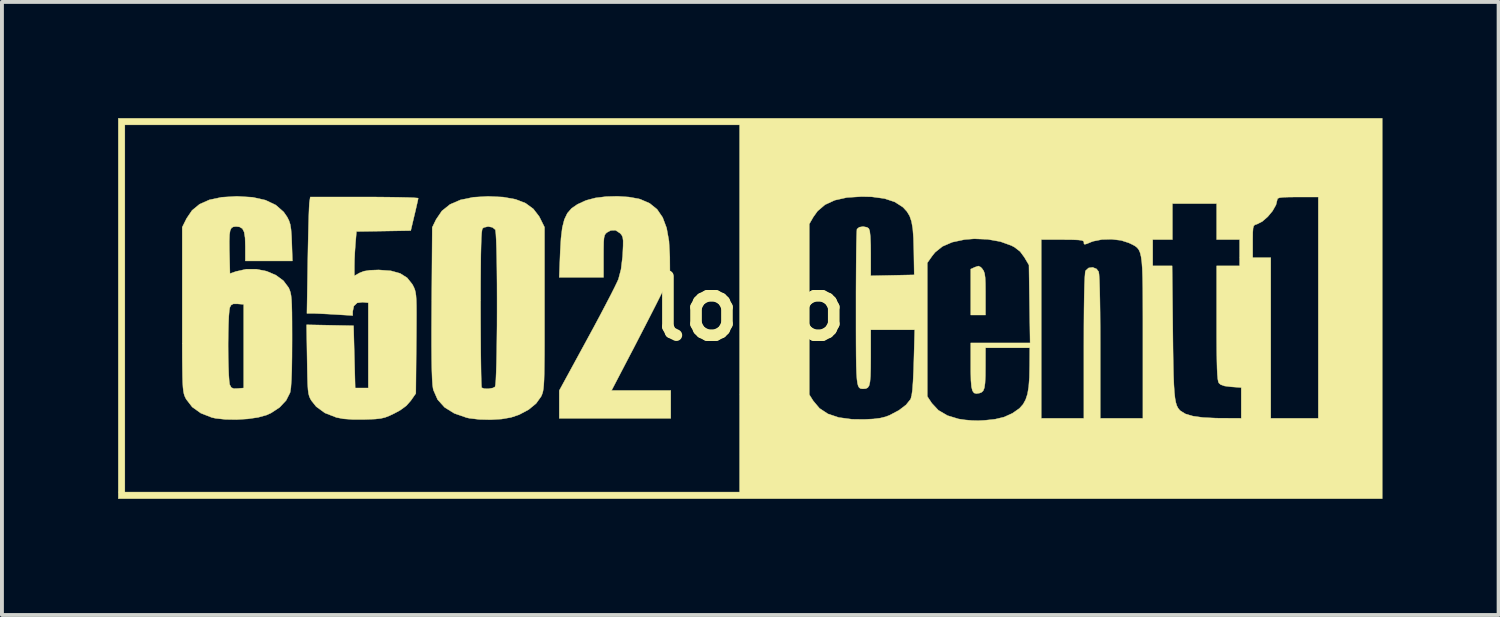
<source format=kicad_pcb>
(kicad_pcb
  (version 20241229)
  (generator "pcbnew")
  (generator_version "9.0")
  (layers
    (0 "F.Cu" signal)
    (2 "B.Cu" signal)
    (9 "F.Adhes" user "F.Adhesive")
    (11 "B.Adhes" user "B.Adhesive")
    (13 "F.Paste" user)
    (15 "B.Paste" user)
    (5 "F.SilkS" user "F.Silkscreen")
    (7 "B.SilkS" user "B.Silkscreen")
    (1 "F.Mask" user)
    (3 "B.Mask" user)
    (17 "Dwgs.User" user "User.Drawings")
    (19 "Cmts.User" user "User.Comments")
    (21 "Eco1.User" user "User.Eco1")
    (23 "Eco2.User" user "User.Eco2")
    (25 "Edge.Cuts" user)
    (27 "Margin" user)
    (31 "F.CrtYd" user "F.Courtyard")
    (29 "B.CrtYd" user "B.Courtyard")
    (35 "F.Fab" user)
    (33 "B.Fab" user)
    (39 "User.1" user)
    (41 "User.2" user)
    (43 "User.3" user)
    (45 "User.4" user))
  (footprint "logo"
    (layer "F.Cu")
    (at 16.303 4.916)
    (property "Reference" "logo" (at 0 0 0) (layer "F.SilkS") (effects (font (size 1.524 1.524) (thickness 0.3))))
    (attr through_hole)
    (fp_poly (pts (xy 5.974 -1.067) (xy 6.016 -1.02) (xy 6.05 -0.968) (xy 6.073 -0.9) (xy 6.087 -0.798) (xy 6.094 -0.648) (xy 6.096 -0.432) (xy 6.096 -0.376) (xy 6.096 0.169) (xy 5.715 0.169) (xy 5.715 -1.018) (xy 5.826 -1.068) (xy 5.913 -1.096) (xy 5.974 -1.067)) (stroke (width 0.01) (type solid)) (fill yes) (layer "F.SilkS"))
    (fp_poly (pts (xy -3.114 -2.878) (xy -2.858 -2.832) (xy -2.817 -2.82) (xy -2.577 -2.716) (xy -2.386 -2.562) (xy -2.241 -2.351) (xy -2.139 -2.079) (xy -2.078 -1.74) (xy -2.056 -1.33) (xy -2.056 -1.31) (xy -2.053 -0.821) (xy -2.316 -0.294) (xy -2.413 -0.1) (xy -2.54 0.149) (xy -2.687 0.436) (xy -2.844 0.74) (xy -3.001 1.044) (xy -3.07 1.175) (xy -3.561 2.117) (xy -2.032 2.117) (xy -2.032 2.836) (xy -4.911 2.836) (xy -4.911 2.119) (xy -4.192 0.799) (xy -4.02 0.482) (xy -3.858 0.179) (xy -3.711 -0.101) (xy -3.584 -0.345) (xy -3.483 -0.545) (xy -3.413 -0.69) (xy -3.383 -0.758) (xy -3.316 -1.011) (xy -3.276 -1.342) (xy -3.271 -1.423) (xy -3.262 -1.62) (xy -3.261 -1.751) (xy -3.272 -1.835) (xy -3.296 -1.891) (xy -3.336 -1.939) (xy -3.339 -1.942) (xy -3.457 -2.02) (xy -3.581 -2.016) (xy -3.674 -1.966) (xy -3.712 -1.934) (xy -3.738 -1.892) (xy -3.755 -1.824) (xy -3.764 -1.716) (xy -3.767 -1.551) (xy -3.768 -1.352) (xy -3.768 -0.804) (xy -4.912 -0.804) (xy -4.886 -1.471) (xy -4.866 -1.815) (xy -4.833 -2.086) (xy -4.78 -2.297) (xy -4.702 -2.46) (xy -4.592 -2.586) (xy -4.444 -2.688) (xy -4.252 -2.777) (xy -4.202 -2.796) (xy -3.978 -2.855) (xy -3.703 -2.889) (xy -3.405 -2.897) (xy -3.114 -2.878)) (stroke (width 0.01) (type solid)) (fill yes) (layer "F.SilkS"))
    (fp_poly (pts (xy -9.612 -2.878) (xy -9.307 -2.875) (xy -9.041 -2.871) (xy -8.823 -2.866) (xy -8.663 -2.859) (xy -8.572 -2.852) (xy -8.553 -2.847) (xy -8.563 -2.794) (xy -8.589 -2.679) (xy -8.625 -2.521) (xy -8.651 -2.413) (xy -8.746 -2.011) (xy -9.447 -1.999) (xy -10.148 -1.988) (xy -10.175 -1.665) (xy -10.189 -1.463) (xy -10.199 -1.253) (xy -10.202 -1.093) (xy -10.202 -0.844) (xy -10.065 -0.92) (xy -9.954 -0.963) (xy -9.803 -0.987) (xy -9.592 -0.995) (xy -9.566 -0.995) (xy -9.261 -0.973) (xy -9.021 -0.907) (xy -8.839 -0.792) (xy -8.706 -0.625) (xy -8.688 -0.592) (xy -8.66 -0.536) (xy -8.639 -0.482) (xy -8.623 -0.418) (xy -8.611 -0.335) (xy -8.603 -0.223) (xy -8.599 -0.071) (xy -8.598 0.131) (xy -8.599 0.393) (xy -8.601 0.725) (xy -8.603 0.896) (xy -8.615 2.194) (xy -8.743 2.378) (xy -8.861 2.512) (xy -9.02 2.628) (xy -9.166 2.707) (xy -9.3 2.771) (xy -9.411 2.814) (xy -9.523 2.84) (xy -9.662 2.855) (xy -9.85 2.863) (xy -9.948 2.866) (xy -10.249 2.866) (xy -10.483 2.849) (xy -10.666 2.814) (xy -10.668 2.813) (xy -10.963 2.698) (xy -11.187 2.535) (xy -11.308 2.384) (xy -11.342 2.327) (xy -11.367 2.268) (xy -11.386 2.195) (xy -11.399 2.096) (xy -11.408 1.958) (xy -11.414 1.768) (xy -11.419 1.514) (xy -11.422 1.322) (xy -11.436 0.421) (xy -10.223 0.445) (xy -10.202 1.249) (xy -10.181 2.053) (xy -9.842 2.053) (xy -9.842 -0.148) (xy -9.989 -0.162) (xy -10.129 -0.145) (xy -10.216 -0.063) (xy -10.245 0.078) (xy -10.245 0.182) (xy -10.696 0.155) (xy -10.899 0.143) (xy -11.084 0.134) (xy -11.228 0.128) (xy -11.287 0.127) (xy -11.427 0.127) (xy -11.405 -1.238) (xy -11.399 -1.576) (xy -11.392 -1.893) (xy -11.385 -2.176) (xy -11.378 -2.414) (xy -11.371 -2.596) (xy -11.365 -2.711) (xy -11.362 -2.741) (xy -11.341 -2.879) (xy -9.946 -2.879) (xy -9.612 -2.878)) (stroke (width 0.01) (type solid)) (fill yes) (layer "F.SilkS"))
    (fp_poly (pts (xy -6.361 -2.877) (xy -6.04 -2.819) (xy -5.782 -2.719) (xy -5.582 -2.573) (xy -5.432 -2.379) (xy -5.404 -2.325) (xy -5.292 -2.1) (xy -5.292 -0.005) (xy -5.292 0.47) (xy -5.292 0.869) (xy -5.293 1.197) (xy -5.296 1.464) (xy -5.299 1.677) (xy -5.304 1.843) (xy -5.311 1.969) (xy -5.32 2.064) (xy -5.331 2.135) (xy -5.346 2.19) (xy -5.363 2.236) (xy -5.382 2.276) (xy -5.51 2.454) (xy -5.705 2.614) (xy -5.949 2.743) (xy -6.158 2.813) (xy -6.399 2.855) (xy -6.684 2.872) (xy -6.975 2.865) (xy -7.234 2.834) (xy -7.303 2.819) (xy -7.623 2.708) (xy -7.873 2.552) (xy -8.053 2.352) (xy -8.16 2.108) (xy -8.17 2.066) (xy -8.183 1.972) (xy -8.193 1.819) (xy -8.201 1.602) (xy -8.206 1.317) (xy -8.209 0.961) (xy -8.209 0.529) (xy -8.206 0.018) (xy -8.206 0.001) (xy -6.943 0.001) (xy -6.942 0.407) (xy -6.94 0.786) (xy -6.938 1.131) (xy -6.934 1.433) (xy -6.93 1.684) (xy -6.925 1.875) (xy -6.92 1.999) (xy -6.914 2.046) (xy -6.914 2.046) (xy -6.844 2.071) (xy -6.734 2.072) (xy -6.627 2.053) (xy -6.57 2.024) (xy -6.559 1.971) (xy -6.548 1.843) (xy -6.54 1.652) (xy -6.532 1.407) (xy -6.526 1.118) (xy -6.522 0.795) (xy -6.518 0.449) (xy -6.517 0.091) (xy -6.517 -0.271) (xy -6.518 -0.625) (xy -6.521 -0.961) (xy -6.525 -1.27) (xy -6.531 -1.54) (xy -6.539 -1.761) (xy -6.548 -1.924) (xy -6.558 -2.018) (xy -6.563 -2.035) (xy -6.638 -2.096) (xy -6.749 -2.117) (xy -6.856 -2.092) (xy -6.892 -2.066) (xy -6.904 -2.031) (xy -6.915 -1.95) (xy -6.924 -1.818) (xy -6.93 -1.629) (xy -6.936 -1.379) (xy -6.939 -1.062) (xy -6.942 -0.673) (xy -6.943 -0.206) (xy -6.943 0.001) (xy -8.206 0.001) (xy -8.205 -0.127) (xy -8.191 -2.095) (xy -8.091 -2.3) (xy -7.942 -2.519) (xy -7.733 -2.687) (xy -7.463 -2.804) (xy -7.127 -2.873) (xy -6.752 -2.895) (xy -6.361 -2.877)) (stroke (width 0.01) (type solid)) (fill yes) (layer "F.SilkS"))
    (fp_poly (pts (xy -12.83 -2.872) (xy -12.498 -2.798) (xy -12.231 -2.671) (xy -12.028 -2.493) (xy -11.937 -2.362) (xy -11.89 -2.268) (xy -11.858 -2.17) (xy -11.838 -2.045) (xy -11.825 -1.874) (xy -11.818 -1.704) (xy -11.802 -1.228) (xy -13.018 -1.228) (xy -13.018 -1.602) (xy -13.024 -1.823) (xy -13.048 -1.973) (xy -13.094 -2.063) (xy -13.168 -2.107) (xy -13.257 -2.117) (xy -13.327 -2.109) (xy -13.376 -2.08) (xy -13.409 -2.015) (xy -13.426 -1.905) (xy -13.432 -1.737) (xy -13.43 -1.499) (xy -13.428 -1.427) (xy -13.415 -0.901) (xy -13.259 -0.956) (xy -12.998 -1.014) (xy -12.728 -1.014) (xy -12.465 -0.961) (xy -12.228 -0.86) (xy -12.034 -0.717) (xy -11.9 -0.538) (xy -11.897 -0.532) (xy -11.872 -0.475) (xy -11.852 -0.413) (xy -11.837 -0.335) (xy -11.826 -0.232) (xy -11.819 -0.092) (xy -11.814 0.096) (xy -11.812 0.342) (xy -11.811 0.658) (xy -11.811 0.823) (xy -11.813 1.247) (xy -11.818 1.588) (xy -11.828 1.852) (xy -11.841 2.041) (xy -11.859 2.158) (xy -11.863 2.174) (xy -11.964 2.374) (xy -12.133 2.554) (xy -12.355 2.7) (xy -12.473 2.753) (xy -12.687 2.812) (xy -12.954 2.851) (xy -13.246 2.869) (xy -13.532 2.864) (xy -13.784 2.837) (xy -13.885 2.814) (xy -14.168 2.703) (xy -14.39 2.544) (xy -14.544 2.344) (xy -14.552 2.329) (xy -14.574 2.286) (xy -14.592 2.242) (xy -14.606 2.19) (xy -14.618 2.123) (xy -14.628 2.033) (xy -14.635 1.913) (xy -14.64 1.756) (xy -14.643 1.552) (xy -14.646 1.296) (xy -14.647 0.98) (xy -14.647 0.974) (xy -13.462 0.974) (xy -13.46 1.246) (xy -13.454 1.495) (xy -13.446 1.706) (xy -13.435 1.865) (xy -13.423 1.958) (xy -13.42 1.968) (xy -13.38 2.042) (xy -13.316 2.069) (xy -13.219 2.066) (xy -13.06 2.053) (xy -13.06 -0.106) (xy -13.219 -0.119) (xy -13.328 -0.119) (xy -13.386 -0.087) (xy -13.42 -0.021) (xy -13.432 0.054) (xy -13.444 0.199) (xy -13.453 0.4) (xy -13.459 0.641) (xy -13.462 0.909) (xy -13.462 0.974) (xy -14.647 0.974) (xy -14.647 0.595) (xy -14.647 0.135) (xy -14.647 -2.1) (xy -14.535 -2.325) (xy -14.393 -2.534) (xy -14.198 -2.694) (xy -13.944 -2.806) (xy -13.627 -2.873) (xy -13.241 -2.896) (xy -13.229 -2.896) (xy -12.83 -2.872)) (stroke (width 0.01) (type solid)) (fill yes) (layer "F.SilkS"))
    (fp_poly (pts (xy 16.341 4.911) (xy -16.298 4.911) (xy -16.298 -4.741) (xy -16.129 -4.741) (xy -16.129 4.741) (xy -0.254 4.741) (xy -0.254 -2.18) (xy 1.545 -2.18) (xy 1.545 2.223) (xy 1.646 2.384) (xy 1.809 2.578) (xy 2.028 2.722) (xy 2.307 2.815) (xy 2.65 2.861) (xy 2.963 2.865) (xy 3.2 2.853) (xy 3.377 2.831) (xy 3.518 2.796) (xy 3.617 2.758) (xy 3.859 2.63) (xy 4.044 2.489) (xy 4.16 2.345) (xy 4.164 2.337) (xy 4.188 2.253) (xy 4.209 2.104) (xy 4.225 1.883) (xy 4.239 1.585) (xy 4.245 1.386) (xy 4.268 0.55) (xy 3.133 0.55) (xy 3.133 1.262) (xy 3.131 1.544) (xy 3.125 1.752) (xy 3.112 1.898) (xy 3.09 1.992) (xy 3.055 2.045) (xy 3.005 2.069) (xy 2.942 2.074) (xy 2.899 2.073) (xy 2.863 2.065) (xy 2.833 2.043) (xy 2.809 2.001) (xy 2.79 1.93) (xy 2.776 1.825) (xy 2.766 1.678) (xy 2.759 1.482) (xy 2.755 1.231) (xy 2.753 0.917) (xy 2.752 0.533) (xy 2.752 0.073) (xy 2.752 -0.005) (xy 2.752 -0.408) (xy 2.754 -0.786) (xy 2.756 -1.131) (xy 2.759 -1.434) (xy 2.763 -1.686) (xy 2.768 -1.878) (xy 2.773 -2.003) (xy 2.777 -2.05) (xy 2.836 -2.099) (xy 2.934 -2.115) (xy 3.035 -2.096) (xy 3.082 -2.066) (xy 3.106 -2.001) (xy 3.122 -1.861) (xy 3.131 -1.643) (xy 3.133 -1.43) (xy 3.133 -0.844) (xy 3.694 -0.856) (xy 4.255 -0.868) (xy 4.25 -1.178) (xy 4.593 -1.178) (xy 4.593 2.271) (xy 4.71 2.447) (xy 4.879 2.628) (xy 5.113 2.765) (xy 5.403 2.853) (xy 5.565 2.877) (xy 5.749 2.893) (xy 5.909 2.897) (xy 6.077 2.888) (xy 6.287 2.866) (xy 6.35 2.858) (xy 6.576 2.804) (xy 6.792 2.706) (xy 6.971 2.581) (xy 7.066 2.475) (xy 7.133 2.353) (xy 7.181 2.206) (xy 7.212 2.018) (xy 7.23 1.775) (xy 7.236 1.471) (xy 7.239 1.016) (xy 6.096 1.016) (xy 6.095 1.492) (xy 6.093 1.745) (xy 6.084 1.926) (xy 6.067 2.048) (xy 6.037 2.124) (xy 5.993 2.166) (xy 5.942 2.185) (xy 5.86 2.198) (xy 5.801 2.182) (xy 5.76 2.127) (xy 5.734 2.022) (xy 5.72 1.858) (xy 5.715 1.624) (xy 5.715 1.498) (xy 5.715 0.889) (xy 7.248 0.889) (xy 7.233 -0.116) (xy 7.218 -1.122) (xy 7.101 -1.32) (xy 6.99 -1.471) (xy 6.846 -1.582) (xy 6.763 -1.626) (xy 6.482 -1.727) (xy 6.199 -1.778) (xy 7.535 -1.778) (xy 7.535 2.836) (xy 8.636 2.836) (xy 8.636 0.971) (xy 8.637 0.467) (xy 8.64 0.035) (xy 8.645 -0.324) (xy 8.652 -0.608) (xy 8.661 -0.813) (xy 8.671 -0.938) (xy 8.68 -0.976) (xy 8.758 -1.047) (xy 8.864 -1.062) (xy 8.963 -1.022) (xy 9.018 -0.95) (xy 9.028 -0.882) (xy 9.037 -0.736) (xy 9.044 -0.519) (xy 9.05 -0.238) (xy 9.055 0.1) (xy 9.058 0.488) (xy 9.059 0.919) (xy 9.059 0.998) (xy 9.059 2.836) (xy 10.16 2.836) (xy 10.16 0.751) (xy 10.16 0.256) (xy 10.159 -0.162) (xy 10.158 -0.51) (xy 10.153 -0.794) (xy 10.145 -1.022) (xy 10.132 -1.201) (xy 10.113 -1.339) (xy 10.088 -1.441) (xy 10.055 -1.516) (xy 10.012 -1.571) (xy 9.96 -1.612) (xy 9.897 -1.647) (xy 9.822 -1.683) (xy 9.799 -1.694) (xy 9.597 -1.759) (xy 9.434 -1.778) (xy 10.414 -1.778) (xy 10.414 -1.101) (xy 10.915 -1.101) (xy 10.933 0.582) (xy 10.938 1.036) (xy 10.944 1.414) (xy 10.951 1.723) (xy 10.961 1.97) (xy 10.974 2.165) (xy 10.99 2.315) (xy 11.011 2.428) (xy 11.037 2.511) (xy 11.069 2.573) (xy 11.108 2.622) (xy 11.134 2.646) (xy 11.262 2.724) (xy 11.455 2.78) (xy 11.717 2.816) (xy 12.054 2.832) (xy 12.16 2.833) (xy 12.7 2.836) (xy 12.7 2.042) (xy 12.44 2.023) (xy 12.271 2.002) (xy 12.167 1.965) (xy 12.123 1.926) (xy 12.107 1.888) (xy 12.094 1.819) (xy 12.084 1.71) (xy 12.076 1.553) (xy 12.071 1.342) (xy 12.067 1.068) (xy 12.065 0.723) (xy 12.065 0.373) (xy 12.065 -1.101) (xy 12.658 -1.101) (xy 12.658 -1.731) (xy 12.996 -1.731) (xy 12.996 -1.312) (xy 13.462 -1.312) (xy 13.462 2.836) (xy 14.69 2.836) (xy 14.69 -2.879) (xy 14.161 -2.879) (xy 13.937 -2.877) (xy 13.785 -2.872) (xy 13.693 -2.861) (xy 13.646 -2.843) (xy 13.631 -2.817) (xy 13.631 -2.813) (xy 13.597 -2.675) (xy 13.509 -2.519) (xy 13.384 -2.369) (xy 13.244 -2.247) (xy 13.106 -2.177) (xy 13.099 -2.176) (xy 13.052 -2.16) (xy 13.022 -2.131) (xy 13.006 -2.072) (xy 12.998 -1.966) (xy 12.996 -1.796) (xy 12.996 -1.731) (xy 12.658 -1.731) (xy 12.658 -1.778) (xy 12.065 -1.778) (xy 12.065 -2.709) (xy 10.922 -2.709) (xy 10.922 -1.778) (xy 10.414 -1.778) (xy 9.434 -1.778) (xy 9.352 -1.788) (xy 9.102 -1.781) (xy 8.88 -1.737) (xy 8.827 -1.718) (xy 8.713 -1.671) (xy 8.657 -1.656) (xy 8.638 -1.673) (xy 8.636 -1.714) (xy 8.624 -1.741) (xy 8.579 -1.759) (xy 8.488 -1.77) (xy 8.34 -1.776) (xy 8.121 -1.778) (xy 8.086 -1.778) (xy 7.535 -1.778) (xy 6.199 -1.778) (xy 6.154 -1.786) (xy 5.806 -1.8) (xy 5.556 -1.78) (xy 5.237 -1.712) (xy 4.986 -1.604) (xy 4.794 -1.45) (xy 4.721 -1.359) (xy 4.593 -1.178) (xy 4.25 -1.178) (xy 4.245 -1.503) (xy 4.236 -1.816) (xy 4.218 -2.059) (xy 4.186 -2.245) (xy 4.137 -2.389) (xy 4.067 -2.504) (xy 3.974 -2.605) (xy 3.955 -2.622) (xy 3.752 -2.752) (xy 3.488 -2.839) (xy 3.157 -2.884) (xy 2.9 -2.89) (xy 2.518 -2.866) (xy 2.204 -2.796) (xy 1.952 -2.68) (xy 1.758 -2.514) (xy 1.648 -2.36) (xy 1.545 -2.18) (xy -0.254 -2.18) (xy -0.254 -4.741) (xy -16.129 -4.741) (xy -16.298 -4.741) (xy -16.298 -4.911) (xy 16.341 -4.911) (xy 16.341 4.911)) (stroke (width 0.01) (type solid)) (fill yes) (layer "F.SilkS")))
  (gr_rect
    (start -3 -3)
    (end 35.649 12.831)
    (stroke (width 0.1) (type default))
    (fill no)
    (layer "Edge.Cuts")))
</source>
